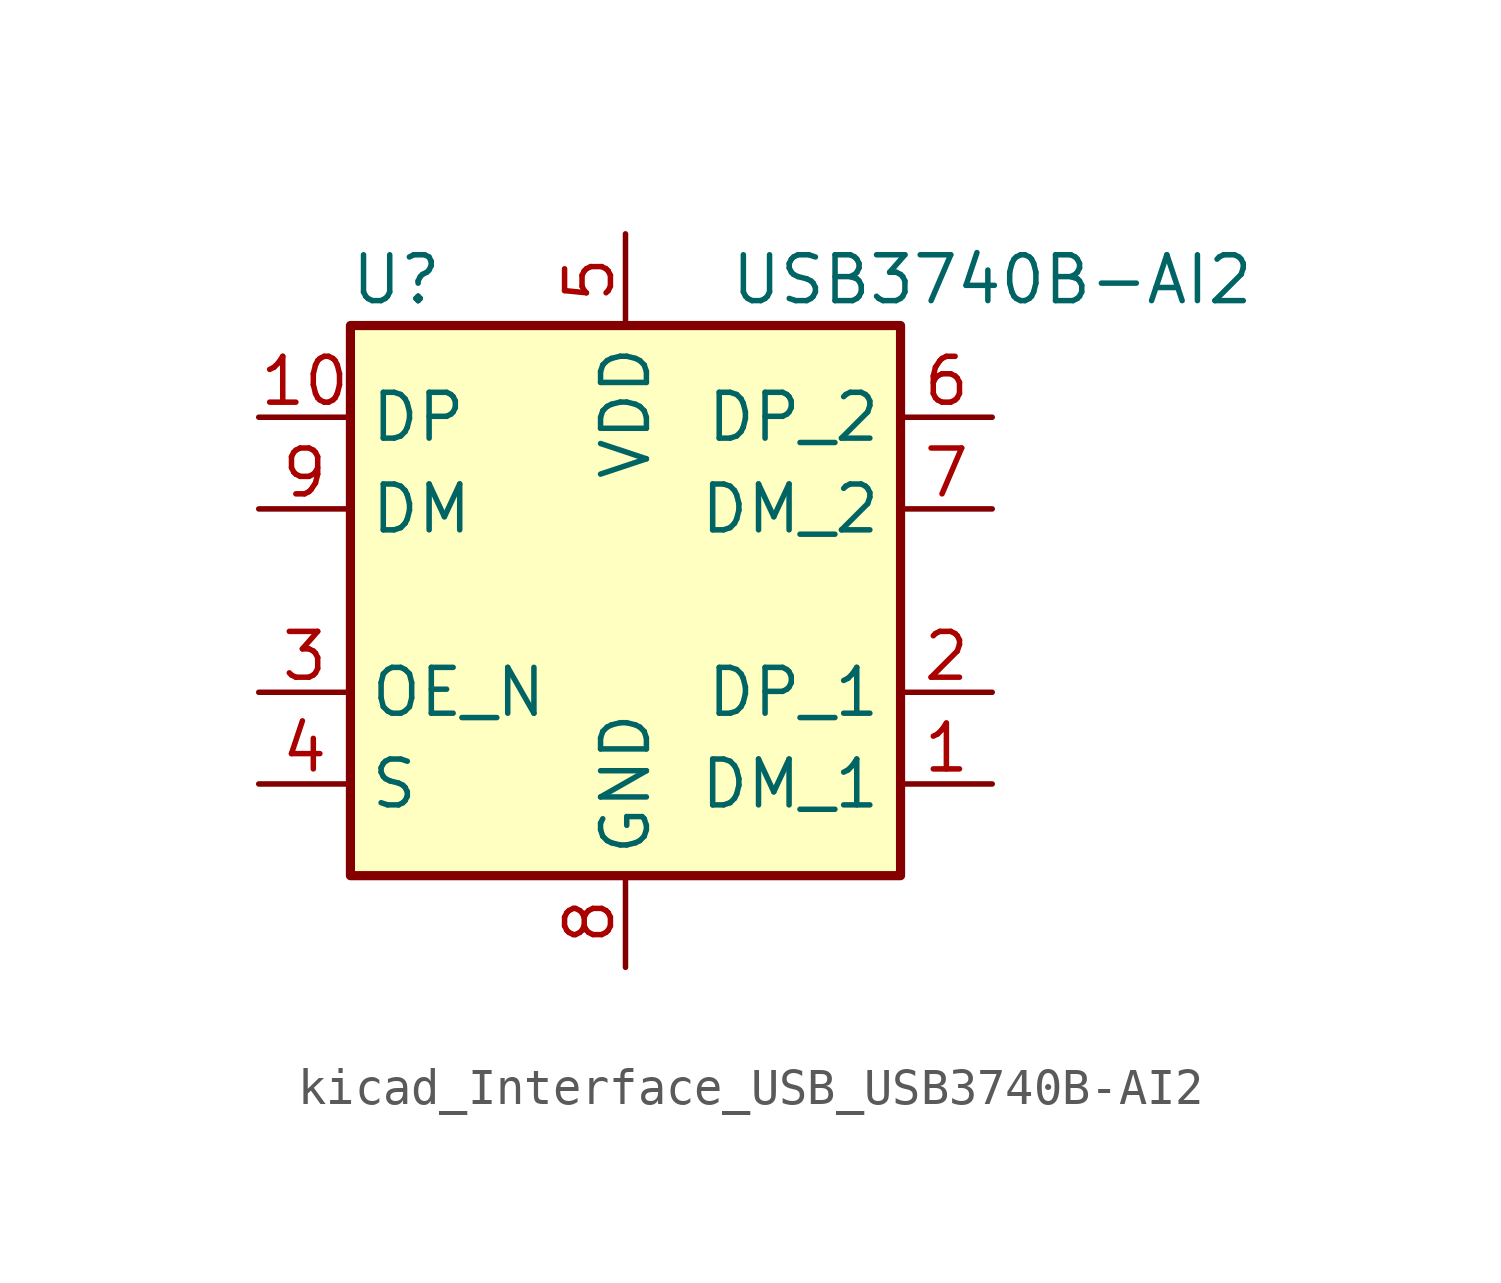
<source format=kicad_sym>
(kicad_symbol_lib
  (version 20220914)
  (generator kicad_symbol_editor)
  (symbol "kicad_Interface_USB_USB3740B-AI2"
    (property "Reference" "U"
      (at -6.35 8.89 0)
      (effects (font (size 1.27 1.27))))
    (property "Value" "USB3740B-AI2"
      (at 10.16 8.89 0)
      (effects (font (size 1.27 1.27))))
    (symbol "kicad_Interface_USB_USB3740B-AI2_0_1"
      (rectangle (start 7.62 7.62) (end -7.62 -7.62) (stroke (width 0.254) (type default)) (fill (type background))))
    (symbol "kicad_Interface_USB_USB3740B-AI2_1_1"
      (pin bidirectional line (at 10.16 -5.08 180) (length 2.54) (name "DM_1" (effects (font (size 1.27 1.27)))) (number "1" (effects (font (size 1.27 1.27)))))
      (pin bidirectional line (at -10.16 5.08 0) (length 2.54) (name "DP" (effects (font (size 1.27 1.27)))) (number "10" (effects (font (size 1.27 1.27)))))
      (pin bidirectional line (at 10.16 -2.54 180) (length 2.54) (name "DP_1" (effects (font (size 1.27 1.27)))) (number "2" (effects (font (size 1.27 1.27)))))
      (pin input line (at -10.16 -2.54 0) (length 2.54) (name "OE_N" (effects (font (size 1.27 1.27)))) (number "3" (effects (font (size 1.27 1.27)))))
      (pin input line (at -10.16 -5.08 0) (length 2.54) (name "S" (effects (font (size 1.27 1.27)))) (number "4" (effects (font (size 1.27 1.27)))))
      (pin power_in line (at 0 10.16 270) (length 2.54) (name "VDD" (effects (font (size 1.27 1.27)))) (number "5" (effects (font (size 1.27 1.27)))))
      (pin bidirectional line (at 10.16 5.08 180) (length 2.54) (name "DP_2" (effects (font (size 1.27 1.27)))) (number "6" (effects (font (size 1.27 1.27)))))
      (pin bidirectional line (at 10.16 2.54 180) (length 2.54) (name "DM_2" (effects (font (size 1.27 1.27)))) (number "7" (effects (font (size 1.27 1.27)))))
      (pin power_in line (at 0 -10.16 90) (length 2.54) (name "GND" (effects (font (size 1.27 1.27)))) (number "8" (effects (font (size 1.27 1.27)))))
      (pin bidirectional line (at -10.16 2.54 0) (length 2.54) (name "DM" (effects (font (size 1.27 1.27)))) (number "9" (effects (font (size 1.27 1.27))))))))
</source>
